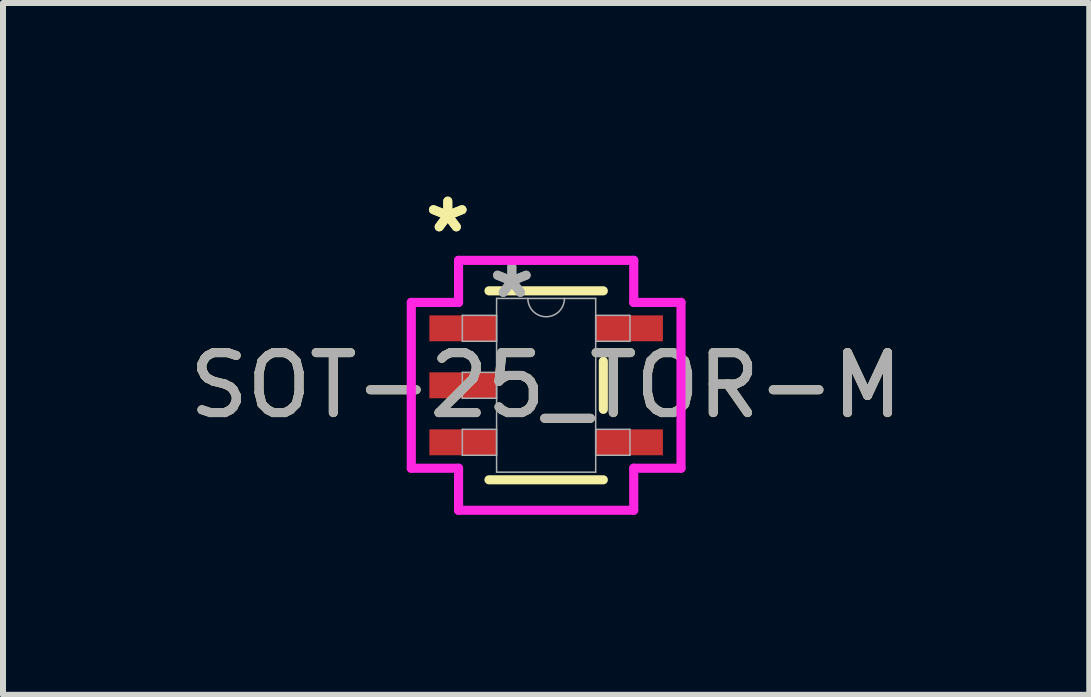
<source format=kicad_pcb>
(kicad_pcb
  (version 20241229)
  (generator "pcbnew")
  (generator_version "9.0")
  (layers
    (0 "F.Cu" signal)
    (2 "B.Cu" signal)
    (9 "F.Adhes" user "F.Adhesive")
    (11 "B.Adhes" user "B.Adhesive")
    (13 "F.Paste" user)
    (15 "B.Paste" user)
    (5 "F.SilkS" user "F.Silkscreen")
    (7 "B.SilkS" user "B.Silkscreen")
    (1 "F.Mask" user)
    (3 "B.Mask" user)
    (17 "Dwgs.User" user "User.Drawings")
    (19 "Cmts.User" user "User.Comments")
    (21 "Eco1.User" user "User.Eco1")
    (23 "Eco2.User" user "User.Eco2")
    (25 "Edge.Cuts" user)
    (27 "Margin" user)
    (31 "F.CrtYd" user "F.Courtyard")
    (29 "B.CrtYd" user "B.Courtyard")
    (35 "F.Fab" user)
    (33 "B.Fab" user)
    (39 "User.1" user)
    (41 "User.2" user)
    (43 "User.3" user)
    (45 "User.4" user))
  (footprint "SOT-25_TOR-M"
    (layer "F.Cu")
    (at 6.054 3.373)
    (property "Reference" "SOT-25_TOR-M" (at 0 0 0) (unlocked yes) (layer "F.SilkS") (effects (font (size 1 1) (thickness 0.15))))
    (attr smd)
    (fp_line (start -0.953 1.575) (end 0.953 1.575) (stroke (width 0.152) (type solid)) (layer "F.SilkS"))
    (fp_line (start 0.953 -1.575) (end -0.953 -1.575) (stroke (width 0.152) (type solid)) (layer "F.SilkS"))
    (fp_line (start 0.953 0.401) (end 0.953 -0.401) (stroke (width 0.152) (type solid)) (layer "F.SilkS"))
    (fp_line (start -2.248 -1.382) (end -1.46 -1.382) (stroke (width 0.152) (type solid)) (layer "F.CrtYd"))
    (fp_line (start -2.248 1.382) (end -2.248 -1.382) (stroke (width 0.152) (type solid)) (layer "F.CrtYd"))
    (fp_line (start -1.46 -2.083) (end 1.46 -2.083) (stroke (width 0.152) (type solid)) (layer "F.CrtYd"))
    (fp_line (start -1.46 -1.382) (end -1.46 -2.083) (stroke (width 0.152) (type solid)) (layer "F.CrtYd"))
    (fp_line (start -1.46 1.382) (end -2.248 1.382) (stroke (width 0.152) (type solid)) (layer "F.CrtYd"))
    (fp_line (start -1.46 2.083) (end -1.46 1.382) (stroke (width 0.152) (type solid)) (layer "F.CrtYd"))
    (fp_line (start 1.46 -2.083) (end 1.46 -1.382) (stroke (width 0.152) (type solid)) (layer "F.CrtYd"))
    (fp_line (start 1.46 -1.382) (end 2.248 -1.382) (stroke (width 0.152) (type solid)) (layer "F.CrtYd"))
    (fp_line (start 1.46 1.382) (end 1.46 2.083) (stroke (width 0.152) (type solid)) (layer "F.CrtYd"))
    (fp_line (start 1.46 2.083) (end -1.46 2.083) (stroke (width 0.152) (type solid)) (layer "F.CrtYd"))
    (fp_line (start 2.248 -1.382) (end 2.248 1.382) (stroke (width 0.152) (type solid)) (layer "F.CrtYd"))
    (fp_line (start 2.248 1.382) (end 1.46 1.382) (stroke (width 0.152) (type solid)) (layer "F.CrtYd"))
    (fp_line (start -1.397 -1.166) (end -1.397 -0.734) (stroke (width 0.025) (type solid)) (layer "F.Fab"))
    (fp_line (start -1.397 -0.734) (end -0.826 -0.734) (stroke (width 0.025) (type solid)) (layer "F.Fab"))
    (fp_line (start -1.397 -0.216) (end -1.397 0.216) (stroke (width 0.025) (type solid)) (layer "F.Fab"))
    (fp_line (start -1.397 0.216) (end -0.826 0.216) (stroke (width 0.025) (type solid)) (layer "F.Fab"))
    (fp_line (start -1.397 0.734) (end -1.397 1.166) (stroke (width 0.025) (type solid)) (layer "F.Fab"))
    (fp_line (start -1.397 1.166) (end -0.826 1.166) (stroke (width 0.025) (type solid)) (layer "F.Fab"))
    (fp_line (start -0.826 -1.448) (end -0.826 1.448) (stroke (width 0.025) (type solid)) (layer "F.Fab"))
    (fp_line (start -0.826 -1.166) (end -1.397 -1.166) (stroke (width 0.025) (type solid)) (layer "F.Fab"))
    (fp_line (start -0.826 -0.734) (end -0.826 -1.166) (stroke (width 0.025) (type solid)) (layer "F.Fab"))
    (fp_line (start -0.826 -0.216) (end -1.397 -0.216) (stroke (width 0.025) (type solid)) (layer "F.Fab"))
    (fp_line (start -0.826 0.216) (end -0.826 -0.216) (stroke (width 0.025) (type solid)) (layer "F.Fab"))
    (fp_line (start -0.826 0.734) (end -1.397 0.734) (stroke (width 0.025) (type solid)) (layer "F.Fab"))
    (fp_line (start -0.826 1.166) (end -0.826 0.734) (stroke (width 0.025) (type solid)) (layer "F.Fab"))
    (fp_line (start -0.826 1.448) (end 0.826 1.448) (stroke (width 0.025) (type solid)) (layer "F.Fab"))
    (fp_line (start 0.826 -1.448) (end -0.826 -1.448) (stroke (width 0.025) (type solid)) (layer "F.Fab"))
    (fp_line (start 0.826 -1.166) (end 0.826 -0.734) (stroke (width 0.025) (type solid)) (layer "F.Fab"))
    (fp_line (start 0.826 -0.734) (end 1.397 -0.734) (stroke (width 0.025) (type solid)) (layer "F.Fab"))
    (fp_line (start 0.826 0.734) (end 0.826 1.166) (stroke (width 0.025) (type solid)) (layer "F.Fab"))
    (fp_line (start 0.826 1.166) (end 1.397 1.166) (stroke (width 0.025) (type solid)) (layer "F.Fab"))
    (fp_line (start 0.826 1.448) (end 0.826 -1.448) (stroke (width 0.025) (type solid)) (layer "F.Fab"))
    (fp_line (start 1.397 -1.166) (end 0.826 -1.166) (stroke (width 0.025) (type solid)) (layer "F.Fab"))
    (fp_line (start 1.397 -0.734) (end 1.397 -1.166) (stroke (width 0.025) (type solid)) (layer "F.Fab"))
    (fp_line (start 1.397 0.734) (end 0.826 0.734) (stroke (width 0.025) (type solid)) (layer "F.Fab"))
    (fp_line (start 1.397 1.166) (end 1.397 0.734) (stroke (width 0.025) (type solid)) (layer "F.Fab"))
    (fp_arc (start 0.3048 -1.4478) (mid 0 -1.143) (end -0.3048 -1.4478) (stroke (width 0.0254) (type solid)) (layer "F.Fab"))
    (fp_text user "*" (at -1.64 -2.525 0) (layer "F.SilkS") (effects (font (size 1 1) (thickness 0.15))))
    (fp_text user "*" (at -1.64 -2.525 0) (unlocked yes) (layer "F.SilkS") (effects (font (size 1 1) (thickness 0.15))))
    (fp_text user "${REFERENCE}" (at 0 0 0) (unlocked yes) (layer "F.Fab") (effects (font (size 1 1) (thickness 0.15))))
    (fp_text user "*" (at -0.572 -1.433 0) (layer "F.Fab") (effects (font (size 1 1) (thickness 0.15))))
    (fp_text user "*" (at -0.572 -1.433 0) (unlocked yes) (layer "F.Fab") (effects (font (size 1 1) (thickness 0.15))))
    (pad "1" smd rect (at -1.386 -0.95) (size 1.121 0.432) (layers "F.Cu" "F.Mask" "F.Paste"))
    (pad "2" smd rect (at -1.386 0) (size 1.121 0.432) (layers "F.Cu" "F.Mask" "F.Paste"))
    (pad "3" smd rect (at -1.386 0.95) (size 1.121 0.432) (layers "F.Cu" "F.Mask" "F.Paste"))
    (pad "4" smd rect (at 1.386 0.95) (size 1.121 0.432) (layers "F.Cu" "F.Mask" "F.Paste"))
    (pad "5" smd rect (at 1.386 -0.95) (size 1.121 0.432) (layers "F.Cu" "F.Mask" "F.Paste")))
  (gr_rect
    (start -3 -3)
    (end 15.107 8.532)
    (stroke (width 0.1) (type default))
    (fill no)
    (layer "Edge.Cuts")))
</source>
